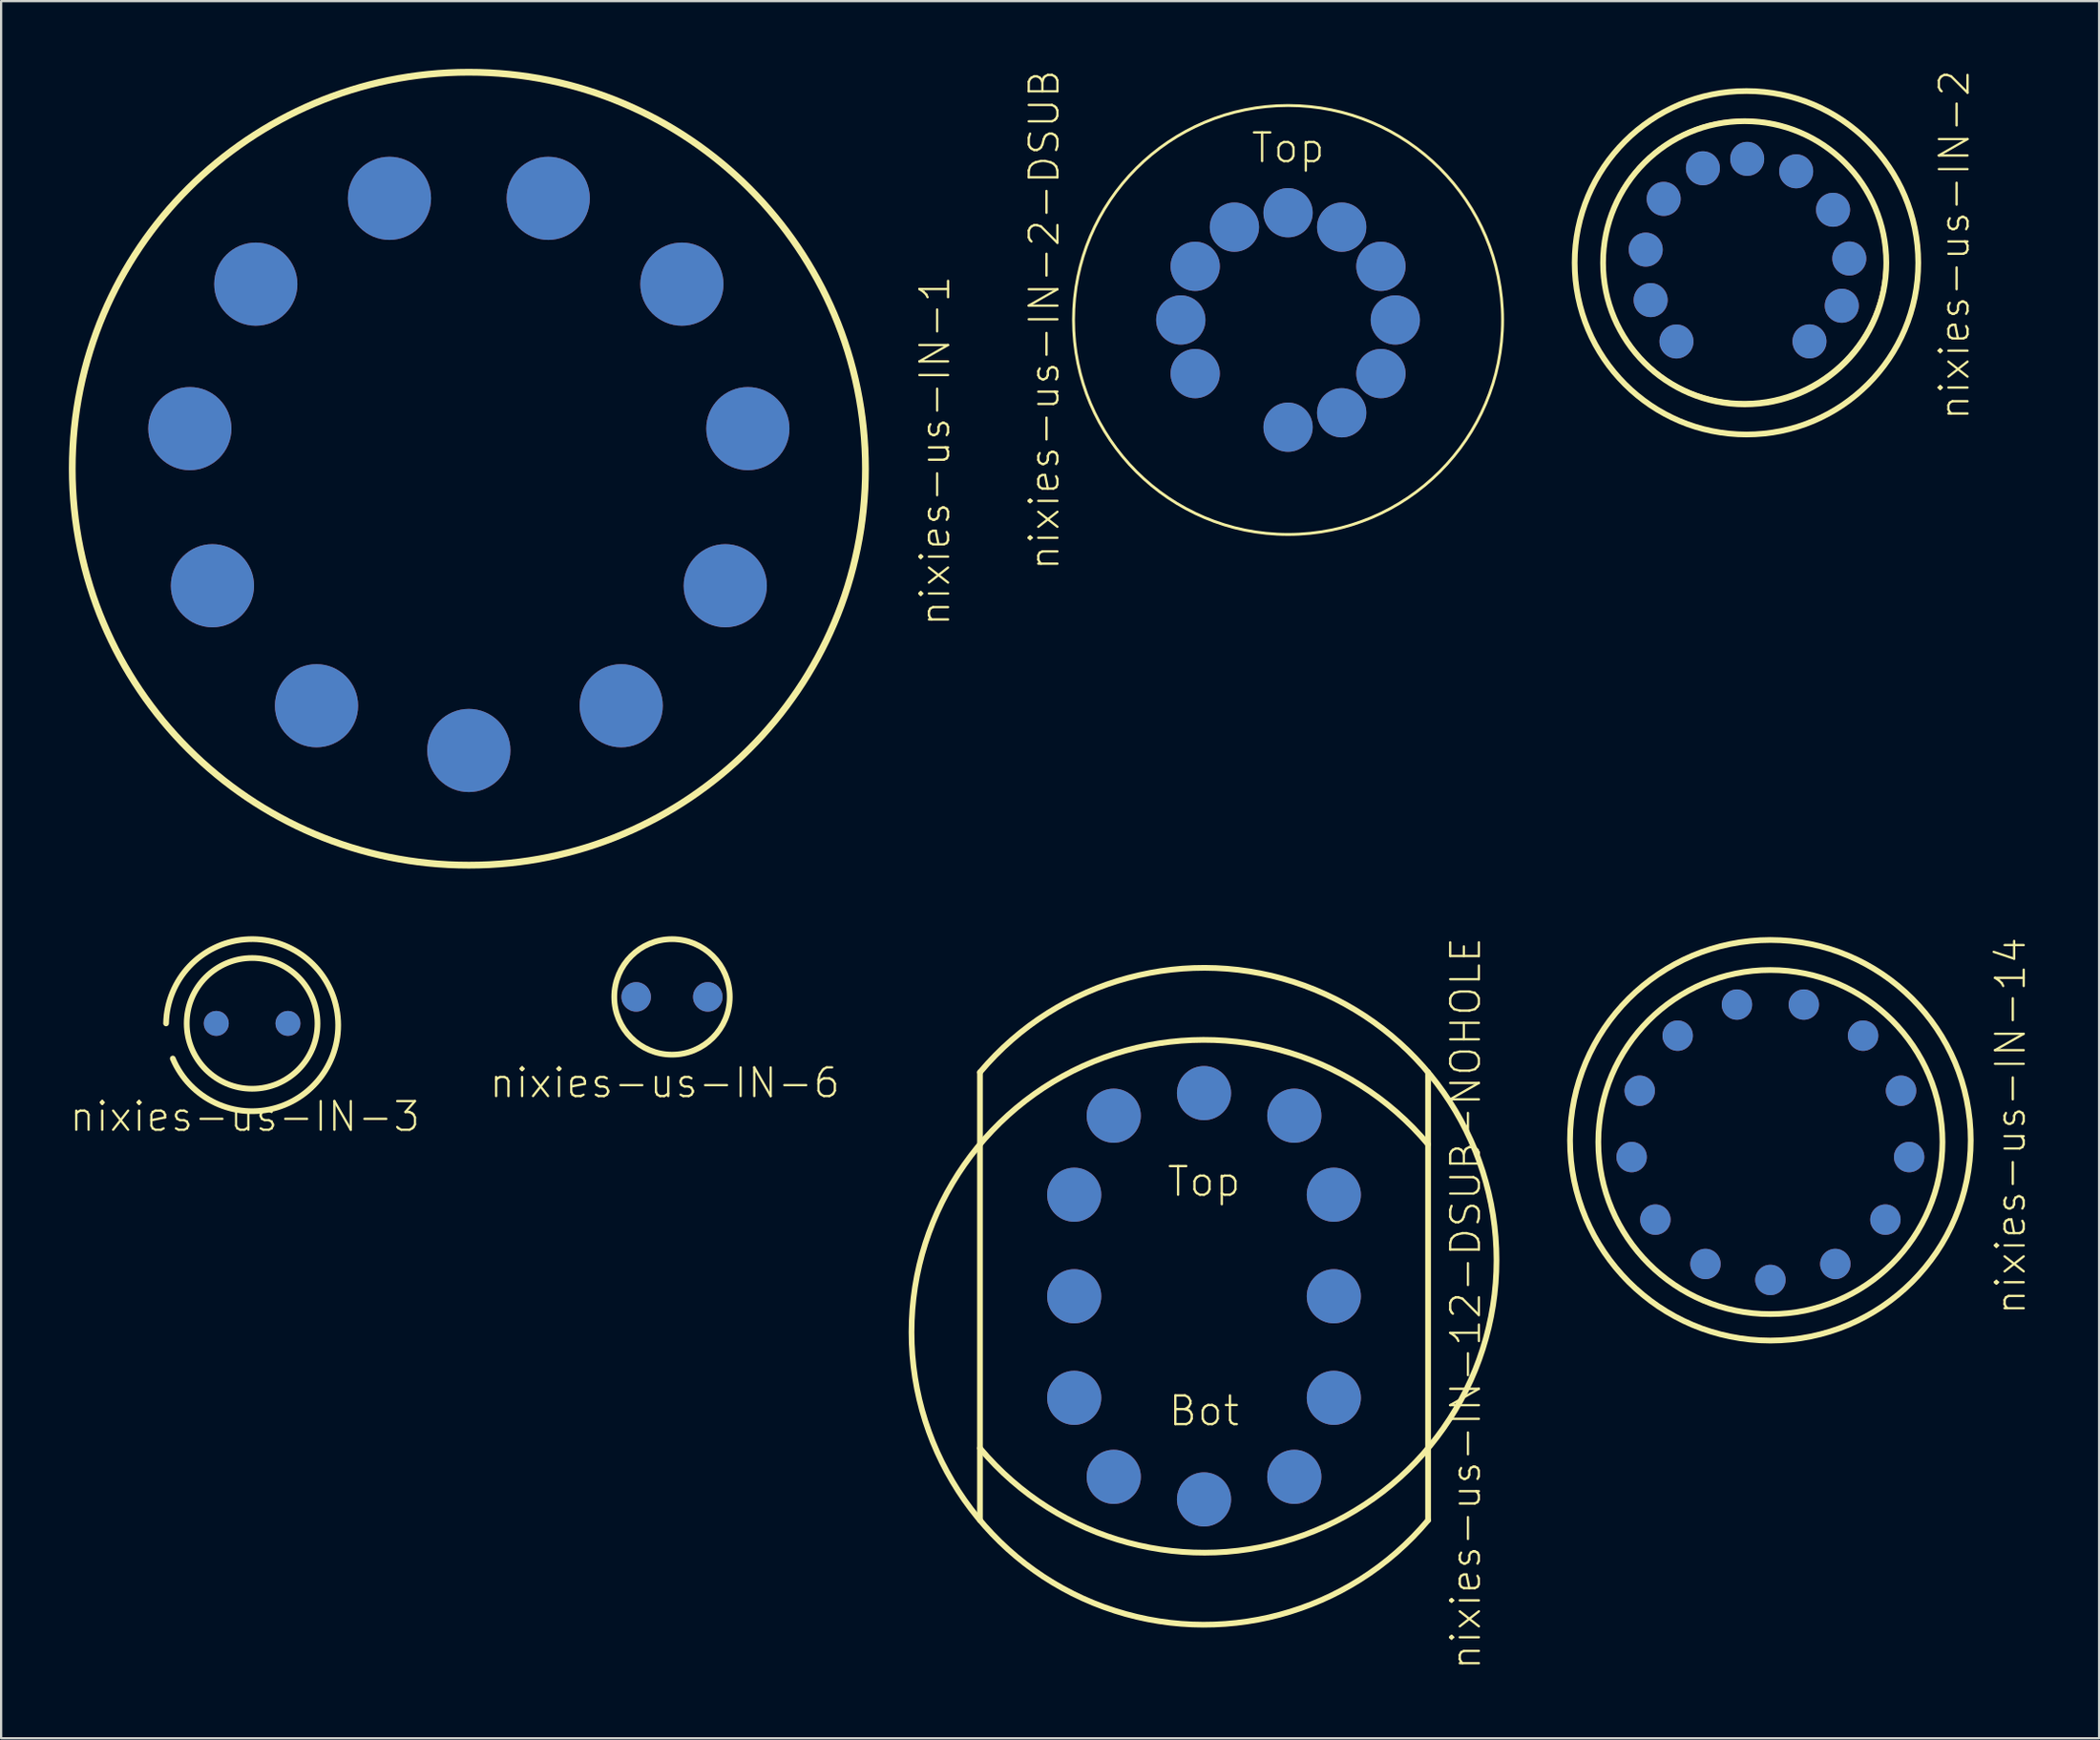
<source format=kicad_pcb>
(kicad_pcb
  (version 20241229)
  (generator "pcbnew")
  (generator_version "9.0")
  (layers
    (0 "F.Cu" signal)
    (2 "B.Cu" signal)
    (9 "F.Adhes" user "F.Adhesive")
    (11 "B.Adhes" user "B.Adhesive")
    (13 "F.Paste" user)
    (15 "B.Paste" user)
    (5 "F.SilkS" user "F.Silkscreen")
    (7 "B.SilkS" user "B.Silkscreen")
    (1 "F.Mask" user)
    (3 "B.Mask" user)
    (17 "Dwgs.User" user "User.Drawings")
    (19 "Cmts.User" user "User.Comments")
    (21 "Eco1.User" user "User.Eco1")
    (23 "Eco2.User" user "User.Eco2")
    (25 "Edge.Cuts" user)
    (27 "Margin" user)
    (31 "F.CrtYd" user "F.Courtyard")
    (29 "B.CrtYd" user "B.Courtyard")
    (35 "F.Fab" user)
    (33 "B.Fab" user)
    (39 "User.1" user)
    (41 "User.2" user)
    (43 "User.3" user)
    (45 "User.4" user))
  (footprint "nixies-us-IN-3"
    (layer "F.Cu")
    (at 8.114 42.282)
    (property "Reference" "nixies-us-IN-3" (at -0.318 4.128 0) (layer "F.SilkS") (effects (font (size 1.27 1.27) (thickness 0.102))))
    (attr exclude_from_pos_files exclude_from_bom)
    (fp_arc (start -3.81 0) (mid 3.743113 -0.636384) (end -3.512635 1.556474) (stroke (width 0.254) (type solid)) (layer "F.SilkS"))
    (fp_circle (center 0 0) (end 0 -2.896) (stroke (width 0.254) (type solid)) (fill no) (layer "F.SilkS"))
    (pad "A" thru_hole circle (at -1.587 0) (size 1.107 1.107) (drill 0.000001) (layers "*.Cu" "*.Mask"))
    (pad "K" thru_hole circle (at 1.587 0) (size 1.107 1.107) (drill 0.000001) (layers "*.Cu" "*.Mask")))
  (footprint "nixies-us-IN-14"
    (layer "F.Cu")
    (at 75.344 47.459)
    (property "Reference" "nixies-us-IN-14" (at 10.635 -0.635 90) (layer "F.SilkS") (effects (font (size 1.27 1.27) (thickness 0.102))))
    (attr exclude_from_pos_files exclude_from_bom)
    (fp_arc (start -7.62 0.15748) (mid 7.62 0) (end -7.62 0.15748) (stroke (width 0.254) (type solid)) (layer "F.SilkS"))
    (fp_circle (center 0 0) (end 0 -8.872) (stroke (width 0.254) (type solid)) (fill no) (layer "F.SilkS"))
    (pad "0" thru_hole circle (at 5.093 3.515) (size 1.346 1.346) (drill 0.000001) (layers "*.Cu" "*.Mask"))
    (pad "1" thru_hole circle (at -5.093 3.515) (size 1.346 1.346) (drill 0.000001) (layers "*.Cu" "*.Mask"))
    (pad "2" thru_hole circle (at -6.144 0.744) (size 1.346 1.346) (drill 0.000001) (layers "*.Cu" "*.Mask"))
    (pad "3" thru_hole circle (at -5.786 -2.195) (size 1.346 1.346) (drill 0.000001) (layers "*.Cu" "*.Mask"))
    (pad "4" thru_hole circle (at -4.105 -4.633) (size 1.346 1.346) (drill 0.000001) (layers "*.Cu" "*.Mask"))
    (pad "5" thru_hole circle (at -1.481 -6.01) (size 1.346 1.346) (drill 0.000001) (layers "*.Cu" "*.Mask"))
    (pad "6" thru_hole circle (at 1.481 -6.01) (size 1.346 1.346) (drill 0.000001) (layers "*.Cu" "*.Mask"))
    (pad "7" thru_hole circle (at 4.105 -4.633) (size 1.346 1.346) (drill 0.000001) (layers "*.Cu" "*.Mask"))
    (pad "8" thru_hole circle (at 5.786 -2.195) (size 1.346 1.346) (drill 0.000001) (layers "*.Cu" "*.Mask"))
    (pad "9" thru_hole circle (at 6.144 0.744) (size 1.346 1.346) (drill 0.000001) (layers "*.Cu" "*.Mask"))
    (pad "A" thru_hole circle (at 0 6.187) (size 1.346 1.346) (drill 0.000001) (layers "*.Cu" "*.Mask"))
    (pad "LHDP" thru_hole circle (at 2.875 5.479) (size 1.346 1.346) (drill 0.000001) (layers "*.Cu" "*.Mask"))
    (pad "RHDP" thru_hole circle (at -2.875 5.479) (size 1.346 1.346) (drill 0.000001) (layers "*.Cu" "*.Mask")))
  (footprint "nixies-us-IN-2-DSUB"
    (layer "F.Cu")
    (at 53.986 11.123)
    (property "Reference" "nixies-us-IN-2-DSUB" (at -10.795 0 270) (layer "F.SilkS") (effects (font (size 1.27 1.27) (thickness 0.102))))
    (attr exclude_from_pos_files exclude_from_bom)
    (fp_circle (center 0 0) (end 0 -9.5) (stroke (width 0.127) (type solid)) (fill no) (layer "F.SilkS"))
    (fp_text user "Top" (at 0 -7.62 0) (layer "F.SilkS") (effects (font (size 1.27 1.27) (thickness 0.102))))
    (pad "0" thru_hole circle (at -4.75 0) (size 2.182 2.182) (drill 0.000001) (layers "*.Cu" "*.Mask"))
    (pad "1" thru_hole circle (at 0 4.75) (size 2.182 2.182) (drill 0.000001) (layers "*.Cu" "*.Mask"))
    (pad "2" thru_hole circle (at 2.375 4.112) (size 2.182 2.182) (drill 0.000001) (layers "*.Cu" "*.Mask"))
    (pad "3" thru_hole circle (at 4.112 2.375) (size 2.182 2.182) (drill 0.000001) (layers "*.Cu" "*.Mask"))
    (pad "4" thru_hole circle (at 4.75 0) (size 2.182 2.182) (drill 0.000001) (layers "*.Cu" "*.Mask"))
    (pad "5" thru_hole circle (at 4.112 -2.375) (size 2.182 2.182) (drill 0.000001) (layers "*.Cu" "*.Mask"))
    (pad "6" thru_hole circle (at 2.375 -4.112) (size 2.182 2.182) (drill 0.000001) (layers "*.Cu" "*.Mask"))
    (pad "7" thru_hole circle (at 0 -4.75) (size 2.182 2.182) (drill 0.000001) (layers "*.Cu" "*.Mask"))
    (pad "8" thru_hole circle (at -2.375 -4.112) (size 2.182 2.182) (drill 0.000001) (layers "*.Cu" "*.Mask"))
    (pad "9" thru_hole circle (at -4.112 -2.375) (size 2.182 2.182) (drill 0.000001) (layers "*.Cu" "*.Mask"))
    (pad "A" thru_hole circle (at -4.112 2.375) (size 2.182 2.182) (drill 0.000001) (layers "*.Cu" "*.Mask")))
  (footprint "nixies-us-IN-12-DSUB-NOHOLE"
    (layer "F.Cu")
    (at 50.265 54.369)
    (property "Reference" "nixies-us-IN-12-DSUB-NOHOLE" (at 11.588 0.318 90) (layer "F.SilkS") (effects (font (size 1.27 1.27) (thickness 0.102))))
    (attr exclude_from_pos_files exclude_from_bom)
    (fp_line (start -9.921 9.921) (end -9.921 -9.921) (stroke (width 0.254) (type solid)) (layer "F.SilkS"))
    (fp_line (start 9.921 -9.921) (end 9.921 9.921) (stroke (width 0.254) (type solid)) (layer "F.SilkS"))
    (fp_arc (start -9.92124 -9.92124) (mid 12.952038 -1.594192) (end -9.922433 6.729579) (stroke (width 0.254) (type solid)) (layer "F.SilkS"))
    (fp_arc (start 9.92124 9.92124) (mid -12.952038 1.594192) (end 9.922433 -6.729579) (stroke (width 0.254) (type solid)) (layer "F.SilkS"))
    (fp_text user "Bot" (at 0 5.08 0) (layer "F.SilkS") (effects (font (size 1.27 1.27) (thickness 0.102))))
    (fp_text user "Top" (at 0 -5.08 0) (layer "F.SilkS") (effects (font (size 1.27 1.27) (thickness 0.102))))
    (pad "0" thru_hole circle (at 5.748 4.498) (size 2.398 2.398) (drill 0.000001) (layers "*.Cu" "*.Mask"))
    (pad "1" thru_hole circle (at -3.998 7.998) (size 2.398 2.398) (drill 0.000001) (layers "*.Cu" "*.Mask"))
    (pad "2" thru_hole circle (at -5.748 4.498) (size 2.398 2.398) (drill 0.000001) (layers "*.Cu" "*.Mask"))
    (pad "3" thru_hole circle (at -5.748 0) (size 2.398 2.398) (drill 0.000001) (layers "*.Cu" "*.Mask"))
    (pad "4" thru_hole circle (at -5.748 -4.498) (size 2.398 2.398) (drill 0.000001) (layers "*.Cu" "*.Mask"))
    (pad "5" thru_hole circle (at -3.998 -7.998) (size 2.398 2.398) (drill 0.000001) (layers "*.Cu" "*.Mask"))
    (pad "6" thru_hole circle (at 0 -8.999) (size 2.398 2.398) (drill 0.000001) (layers "*.Cu" "*.Mask"))
    (pad "7" thru_hole circle (at 3.998 -7.998) (size 2.398 2.398) (drill 0.000001) (layers "*.Cu" "*.Mask"))
    (pad "8" thru_hole circle (at 5.748 -4.498) (size 2.398 2.398) (drill 0.000001) (layers "*.Cu" "*.Mask"))
    (pad "9" thru_hole circle (at 5.748 0) (size 2.398 2.398) (drill 0.000001) (layers "*.Cu" "*.Mask"))
    (pad "A" thru_hole circle (at 3.998 7.998) (size 2.398 2.398) (drill 0.000001) (layers "*.Cu" "*.Mask"))
    (pad "LHDP" thru_hole circle (at 0 8.999) (size 2.398 2.398) (drill 0.000001) (layers "*.Cu" "*.Mask")))
  (footprint "nixies-us-IN-6"
    (layer "F.Cu")
    (at 26.707 41.108)
    (property "Reference" "nixies-us-IN-6" (at -0.318 3.81 180) (layer "F.SilkS") (effects (font (size 1.27 1.27) (thickness 0.102))))
    (attr exclude_from_pos_files exclude_from_bom)
    (fp_circle (center 0 0) (end 0 -2.558) (stroke (width 0.254) (type solid)) (fill no) (layer "F.SilkS"))
    (pad "A" thru_hole circle (at -1.587 0) (size 1.306 1.306) (drill 0.000001) (layers "*.Cu" "*.Mask"))
    (pad "K" thru_hole circle (at 1.585 0) (size 1.306 1.306) (drill 0.000001) (layers "*.Cu" "*.Mask")))
  (footprint "nixies-us-IN-1"
    (layer "F.Cu")
    (at 17.711 17.711)
    (property "Reference" "nixies-us-IN-1" (at 20.637 -0.792 90) (layer "F.SilkS") (effects (font (size 1.27 1.27) (thickness 0.102))))
    (attr exclude_from_pos_files exclude_from_bom)
    (fp_circle (center 0 0) (end 0 -17.562) (stroke (width 0.3) (type solid)) (fill no) (layer "F.SilkS"))
    (pad "0" thru_hole circle (at 0 12.482) (size 3.683 3.683) (drill 0.000001) (layers "*.Cu" "*.Mask"))
    (pad "1" thru_hole circle (at -11.354 5.184) (size 3.683 3.683) (drill 0.000001) (layers "*.Cu" "*.Mask"))
    (pad "2" thru_hole circle (at -12.355 -1.775) (size 3.683 3.683) (drill 0.000001) (layers "*.Cu" "*.Mask"))
    (pad "3" thru_hole circle (at -9.434 -8.174) (size 3.683 3.683) (drill 0.000001) (layers "*.Cu" "*.Mask"))
    (pad "4" thru_hole circle (at -3.515 -11.976) (size 3.683 3.683) (drill 0.000001) (layers "*.Cu" "*.Mask"))
    (pad "5" thru_hole circle (at 3.515 -11.976) (size 3.683 3.683) (drill 0.000001) (layers "*.Cu" "*.Mask"))
    (pad "6" thru_hole circle (at 9.434 -8.174) (size 3.683 3.683) (drill 0.000001) (layers "*.Cu" "*.Mask"))
    (pad "7" thru_hole circle (at 12.355 -1.775) (size 3.683 3.683) (drill 0.000001) (layers "*.Cu" "*.Mask"))
    (pad "8" thru_hole circle (at 11.354 5.184) (size 3.683 3.683) (drill 0.000001) (layers "*.Cu" "*.Mask"))
    (pad "9" thru_hole circle (at 6.746 10.5) (size 3.683 3.683) (drill 0.000001) (layers "*.Cu" "*.Mask"))
    (pad "A" thru_hole circle (at -6.746 10.5) (size 3.683 3.683) (drill 0.000001) (layers "*.Cu" "*.Mask")))
  (footprint "nixies-us-IN-2"
    (layer "F.Cu")
    (at 74.284 8.589)
    (property "Reference" "nixies-us-IN-2" (at 9.207 -0.792 90) (layer "F.SilkS") (effects (font (size 1.27 1.27) (thickness 0.102))))
    (attr exclude_from_pos_files exclude_from_bom)
    (fp_arc (start -6.35762 -0.08636) (mid 6.144177 -0.10535) (end -6.356978 0.022737) (stroke (width 0.127) (type solid)) (layer "F.SilkS"))
    (fp_arc (start -6.35 0) (mid 6.19252 0) (end -6.35 0) (stroke (width 0.254) (type solid)) (layer "F.SilkS"))
    (fp_circle (center 0 0) (end 0 -7.62) (stroke (width 0.127) (type solid)) (fill no) (layer "F.SilkS"))
    (fp_circle (center 0 0) (end 0 -7.607) (stroke (width 0.254) (type solid)) (fill no) (layer "F.SilkS"))
    (pad "0" thru_hole circle (at -4.242 1.654) (size 1.506 1.506) (drill 0.000001) (layers "*.Cu" "*.Mask"))
    (pad "1" thru_hole circle (at 2.791 3.482) (size 1.506 1.506) (drill 0.000001) (layers "*.Cu" "*.Mask"))
    (pad "2" thru_hole circle (at 4.221 1.905) (size 1.506 1.506) (drill 0.000001) (layers "*.Cu" "*.Mask"))
    (pad "3" thru_hole circle (at 4.554 -0.188) (size 1.506 1.506) (drill 0.000001) (layers "*.Cu" "*.Mask"))
    (pad "4" thru_hole circle (at 3.835 -2.347) (size 1.506 1.506) (drill 0.000001) (layers "*.Cu" "*.Mask"))
    (pad "5" thru_hole circle (at 2.202 -4.051) (size 1.506 1.506) (drill 0.000001) (layers "*.Cu" "*.Mask"))
    (pad "6" thru_hole circle (at 0.033 -4.602) (size 1.506 1.506) (drill 0.000001) (layers "*.Cu" "*.Mask"))
    (pad "7" thru_hole circle (at -1.928 -4.186) (size 1.506 1.506) (drill 0.000001) (layers "*.Cu" "*.Mask"))
    (pad "8" thru_hole circle (at -3.665 -2.83) (size 1.506 1.506) (drill 0.000001) (layers "*.Cu" "*.Mask"))
    (pad "9" thru_hole circle (at -4.46 -0.582) (size 1.506 1.506) (drill 0.000001) (layers "*.Cu" "*.Mask"))
    (pad "A" thru_hole circle (at -3.099 3.487) (size 1.506 1.506) (drill 0.000001) (layers "*.Cu" "*.Mask")))
  (gr_rect
    (start -3 -3)
    (end 89.9 73.949)
    (stroke (width 0.1) (type default))
    (fill no)
    (layer "Edge.Cuts")))
</source>
